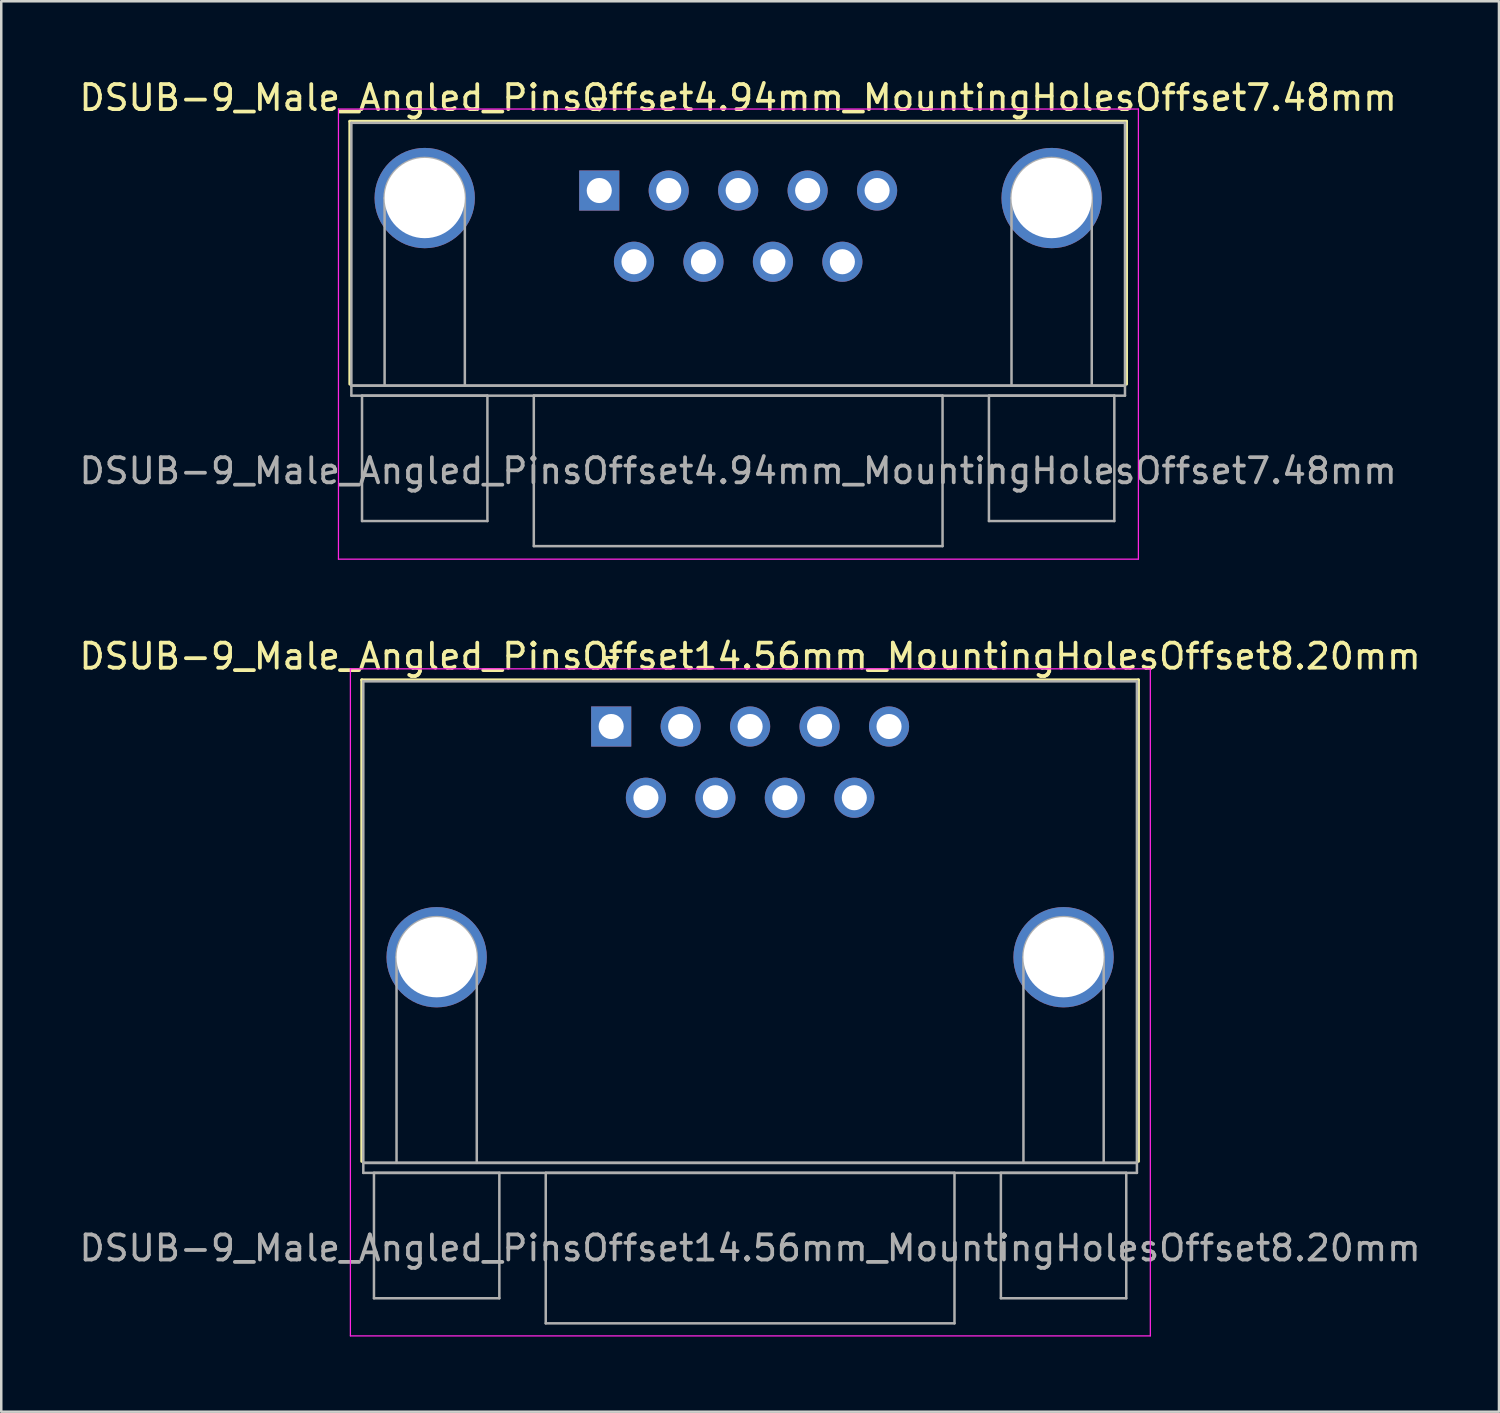
<source format=kicad_pcb>
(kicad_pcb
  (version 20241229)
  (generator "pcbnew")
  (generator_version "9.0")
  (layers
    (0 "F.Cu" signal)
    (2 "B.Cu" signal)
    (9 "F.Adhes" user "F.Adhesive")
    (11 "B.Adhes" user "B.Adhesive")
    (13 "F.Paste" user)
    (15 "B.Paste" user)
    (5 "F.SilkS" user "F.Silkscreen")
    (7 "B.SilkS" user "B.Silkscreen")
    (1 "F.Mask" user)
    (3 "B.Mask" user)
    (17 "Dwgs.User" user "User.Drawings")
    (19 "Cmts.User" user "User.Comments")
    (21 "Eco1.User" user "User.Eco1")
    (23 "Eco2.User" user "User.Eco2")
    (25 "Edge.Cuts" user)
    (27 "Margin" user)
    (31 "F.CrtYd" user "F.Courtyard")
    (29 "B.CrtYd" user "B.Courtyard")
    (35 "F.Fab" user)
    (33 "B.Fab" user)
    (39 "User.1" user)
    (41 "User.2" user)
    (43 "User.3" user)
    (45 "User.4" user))
  (footprint "DSUB-9_Male_Angled_PinsOffset4.94mm_MountingHolesOffset7.48mm"
    (layer "F.Cu")
    (at 20.847 4.548)
    (property "Reference" "DSUB-9_Male_Angled_PinsOffset4.94mm_MountingHolesOffset7.48mm" (at 5.54 -3.7 0) (layer "F.SilkS") (effects (font (size 1 1) (thickness 0.15))))
    (attr through_hole)
    (fp_line (start -9.945 -2.76) (end 21.025 -2.76) (stroke (width 0.12) (type solid)) (layer "F.SilkS"))
    (fp_line (start -9.945 7.72) (end -9.945 -2.76) (stroke (width 0.12) (type solid)) (layer "F.SilkS"))
    (fp_line (start -0.25 -3.654) (end 0.25 -3.654) (stroke (width 0.12) (type solid)) (layer "F.SilkS"))
    (fp_line (start 0 -3.221) (end -0.25 -3.654) (stroke (width 0.12) (type solid)) (layer "F.SilkS"))
    (fp_line (start 0.25 -3.654) (end 0 -3.221) (stroke (width 0.12) (type solid)) (layer "F.SilkS"))
    (fp_line (start 21.025 -2.76) (end 21.025 7.72) (stroke (width 0.12) (type solid)) (layer "F.SilkS"))
    (fp_line (start -10.4 -3.25) (end -10.4 14.7) (stroke (width 0.05) (type solid)) (layer "F.CrtYd"))
    (fp_line (start -10.4 14.7) (end 21.5 14.7) (stroke (width 0.05) (type solid)) (layer "F.CrtYd"))
    (fp_line (start 21.5 -3.25) (end -10.4 -3.25) (stroke (width 0.05) (type solid)) (layer "F.CrtYd"))
    (fp_line (start 21.5 14.7) (end 21.5 -3.25) (stroke (width 0.05) (type solid)) (layer "F.CrtYd"))
    (fp_line (start -9.885 -2.7) (end -9.885 7.78) (stroke (width 0.1) (type solid)) (layer "F.Fab"))
    (fp_line (start -9.885 7.78) (end -9.885 8.18) (stroke (width 0.1) (type solid)) (layer "F.Fab"))
    (fp_line (start -9.885 7.78) (end 20.965 7.78) (stroke (width 0.1) (type solid)) (layer "F.Fab"))
    (fp_line (start -9.885 8.18) (end 20.965 8.18) (stroke (width 0.1) (type solid)) (layer "F.Fab"))
    (fp_line (start -9.46 8.18) (end -9.46 13.18) (stroke (width 0.1) (type solid)) (layer "F.Fab"))
    (fp_line (start -9.46 13.18) (end -4.46 13.18) (stroke (width 0.1) (type solid)) (layer "F.Fab"))
    (fp_line (start -8.56 7.78) (end -8.56 0.3) (stroke (width 0.1) (type solid)) (layer "F.Fab"))
    (fp_line (start -5.36 7.78) (end -5.36 0.3) (stroke (width 0.1) (type solid)) (layer "F.Fab"))
    (fp_line (start -4.46 8.18) (end -9.46 8.18) (stroke (width 0.1) (type solid)) (layer "F.Fab"))
    (fp_line (start -4.46 13.18) (end -4.46 8.18) (stroke (width 0.1) (type solid)) (layer "F.Fab"))
    (fp_line (start -2.61 8.18) (end -2.61 14.18) (stroke (width 0.1) (type solid)) (layer "F.Fab"))
    (fp_line (start -2.61 14.18) (end 13.69 14.18) (stroke (width 0.1) (type solid)) (layer "F.Fab"))
    (fp_line (start 13.69 8.18) (end -2.61 8.18) (stroke (width 0.1) (type solid)) (layer "F.Fab"))
    (fp_line (start 13.69 14.18) (end 13.69 8.18) (stroke (width 0.1) (type solid)) (layer "F.Fab"))
    (fp_line (start 15.54 8.18) (end 15.54 13.18) (stroke (width 0.1) (type solid)) (layer "F.Fab"))
    (fp_line (start 15.54 13.18) (end 20.54 13.18) (stroke (width 0.1) (type solid)) (layer "F.Fab"))
    (fp_line (start 16.44 7.78) (end 16.44 0.3) (stroke (width 0.1) (type solid)) (layer "F.Fab"))
    (fp_line (start 19.64 7.78) (end 19.64 0.3) (stroke (width 0.1) (type solid)) (layer "F.Fab"))
    (fp_line (start 20.54 8.18) (end 15.54 8.18) (stroke (width 0.1) (type solid)) (layer "F.Fab"))
    (fp_line (start 20.54 13.18) (end 20.54 8.18) (stroke (width 0.1) (type solid)) (layer "F.Fab"))
    (fp_line (start 20.965 -2.7) (end -9.885 -2.7) (stroke (width 0.1) (type solid)) (layer "F.Fab"))
    (fp_line (start 20.965 7.78) (end -9.885 7.78) (stroke (width 0.1) (type solid)) (layer "F.Fab"))
    (fp_line (start 20.965 7.78) (end 20.965 -2.7) (stroke (width 0.1) (type solid)) (layer "F.Fab"))
    (fp_line (start 20.965 8.18) (end 20.965 7.78) (stroke (width 0.1) (type solid)) (layer "F.Fab"))
    (fp_arc (start -8.56 0.3) (mid -6.96 -1.3) (end -5.36 0.3) (stroke (width 0.1) (type solid)) (layer "F.Fab"))
    (fp_arc (start 16.44 0.3) (mid 18.04 -1.3) (end 19.64 0.3) (stroke (width 0.1) (type solid)) (layer "F.Fab"))
    (fp_text user "${REFERENCE}" (at 5.54 11.18 0) (layer "F.Fab") (effects (font (size 1 1) (thickness 0.15))))
    (pad "0" thru_hole circle (at -6.96 0.3) (size 4 4) (drill 3.2) (layers "*.Cu" "*.Mask"))
    (pad "0" thru_hole circle (at 18.04 0.3) (size 4 4) (drill 3.2) (layers "*.Cu" "*.Mask"))
    (pad "1" thru_hole rect (at 0 0) (size 1.6 1.6) (drill 1) (layers "*.Cu" "*.Mask"))
    (pad "2" thru_hole circle (at 2.77 0) (size 1.6 1.6) (drill 1) (layers "*.Cu" "*.Mask"))
    (pad "3" thru_hole circle (at 5.54 0) (size 1.6 1.6) (drill 1) (layers "*.Cu" "*.Mask"))
    (pad "4" thru_hole circle (at 8.31 0) (size 1.6 1.6) (drill 1) (layers "*.Cu" "*.Mask"))
    (pad "5" thru_hole circle (at 11.08 0) (size 1.6 1.6) (drill 1) (layers "*.Cu" "*.Mask"))
    (pad "6" thru_hole circle (at 1.385 2.84) (size 1.6 1.6) (drill 1) (layers "*.Cu" "*.Mask"))
    (pad "7" thru_hole circle (at 4.155 2.84) (size 1.6 1.6) (drill 1) (layers "*.Cu" "*.Mask"))
    (pad "8" thru_hole circle (at 6.925 2.84) (size 1.6 1.6) (drill 1) (layers "*.Cu" "*.Mask"))
    (pad "9" thru_hole circle (at 9.695 2.84) (size 1.6 1.6) (drill 1) (layers "*.Cu" "*.Mask")))
  (footprint "DSUB-9_Male_Angled_PinsOffset14.56mm_MountingHolesOffset8.20mm"
    (layer "F.Cu")
    (at 21.323 25.922)
    (property "Reference" "DSUB-9_Male_Angled_PinsOffset14.56mm_MountingHolesOffset8.20mm" (at 5.54 -2.8 0) (layer "F.SilkS") (effects (font (size 1 1) (thickness 0.15))))
    (attr through_hole)
    (fp_line (start -9.945 -1.86) (end 21.025 -1.86) (stroke (width 0.12) (type solid)) (layer "F.SilkS"))
    (fp_line (start -9.945 17.34) (end -9.945 -1.86) (stroke (width 0.12) (type solid)) (layer "F.SilkS"))
    (fp_line (start -0.25 -2.754) (end 0.25 -2.754) (stroke (width 0.12) (type solid)) (layer "F.SilkS"))
    (fp_line (start 0 -2.321) (end -0.25 -2.754) (stroke (width 0.12) (type solid)) (layer "F.SilkS"))
    (fp_line (start 0.25 -2.754) (end 0 -2.321) (stroke (width 0.12) (type solid)) (layer "F.SilkS"))
    (fp_line (start 21.025 -1.86) (end 21.025 17.34) (stroke (width 0.12) (type solid)) (layer "F.SilkS"))
    (fp_line (start -10.4 -2.3) (end -10.4 24.3) (stroke (width 0.05) (type solid)) (layer "F.CrtYd"))
    (fp_line (start -10.4 24.3) (end 21.5 24.3) (stroke (width 0.05) (type solid)) (layer "F.CrtYd"))
    (fp_line (start 21.5 -2.3) (end -10.4 -2.3) (stroke (width 0.05) (type solid)) (layer "F.CrtYd"))
    (fp_line (start 21.5 24.3) (end 21.5 -2.3) (stroke (width 0.05) (type solid)) (layer "F.CrtYd"))
    (fp_line (start -9.885 -1.8) (end -9.885 17.4) (stroke (width 0.1) (type solid)) (layer "F.Fab"))
    (fp_line (start -9.885 17.4) (end -9.885 17.8) (stroke (width 0.1) (type solid)) (layer "F.Fab"))
    (fp_line (start -9.885 17.4) (end 20.965 17.4) (stroke (width 0.1) (type solid)) (layer "F.Fab"))
    (fp_line (start -9.885 17.8) (end 20.965 17.8) (stroke (width 0.1) (type solid)) (layer "F.Fab"))
    (fp_line (start -9.46 17.8) (end -9.46 22.8) (stroke (width 0.1) (type solid)) (layer "F.Fab"))
    (fp_line (start -9.46 22.8) (end -4.46 22.8) (stroke (width 0.1) (type solid)) (layer "F.Fab"))
    (fp_line (start -8.56 17.4) (end -8.56 9.2) (stroke (width 0.1) (type solid)) (layer "F.Fab"))
    (fp_line (start -5.36 17.4) (end -5.36 9.2) (stroke (width 0.1) (type solid)) (layer "F.Fab"))
    (fp_line (start -4.46 17.8) (end -9.46 17.8) (stroke (width 0.1) (type solid)) (layer "F.Fab"))
    (fp_line (start -4.46 22.8) (end -4.46 17.8) (stroke (width 0.1) (type solid)) (layer "F.Fab"))
    (fp_line (start -2.61 17.8) (end -2.61 23.8) (stroke (width 0.1) (type solid)) (layer "F.Fab"))
    (fp_line (start -2.61 23.8) (end 13.69 23.8) (stroke (width 0.1) (type solid)) (layer "F.Fab"))
    (fp_line (start 13.69 17.8) (end -2.61 17.8) (stroke (width 0.1) (type solid)) (layer "F.Fab"))
    (fp_line (start 13.69 23.8) (end 13.69 17.8) (stroke (width 0.1) (type solid)) (layer "F.Fab"))
    (fp_line (start 15.54 17.8) (end 15.54 22.8) (stroke (width 0.1) (type solid)) (layer "F.Fab"))
    (fp_line (start 15.54 22.8) (end 20.54 22.8) (stroke (width 0.1) (type solid)) (layer "F.Fab"))
    (fp_line (start 16.44 17.4) (end 16.44 9.2) (stroke (width 0.1) (type solid)) (layer "F.Fab"))
    (fp_line (start 19.64 17.4) (end 19.64 9.2) (stroke (width 0.1) (type solid)) (layer "F.Fab"))
    (fp_line (start 20.54 17.8) (end 15.54 17.8) (stroke (width 0.1) (type solid)) (layer "F.Fab"))
    (fp_line (start 20.54 22.8) (end 20.54 17.8) (stroke (width 0.1) (type solid)) (layer "F.Fab"))
    (fp_line (start 20.965 -1.8) (end -9.885 -1.8) (stroke (width 0.1) (type solid)) (layer "F.Fab"))
    (fp_line (start 20.965 17.4) (end -9.885 17.4) (stroke (width 0.1) (type solid)) (layer "F.Fab"))
    (fp_line (start 20.965 17.4) (end 20.965 -1.8) (stroke (width 0.1) (type solid)) (layer "F.Fab"))
    (fp_line (start 20.965 17.8) (end 20.965 17.4) (stroke (width 0.1) (type solid)) (layer "F.Fab"))
    (fp_arc (start -8.56 9.2) (mid -6.96 7.6) (end -5.36 9.2) (stroke (width 0.1) (type solid)) (layer "F.Fab"))
    (fp_arc (start 16.44 9.2) (mid 18.04 7.6) (end 19.64 9.2) (stroke (width 0.1) (type solid)) (layer "F.Fab"))
    (fp_text user "${REFERENCE}" (at 5.54 20.8 0) (layer "F.Fab") (effects (font (size 1 1) (thickness 0.15))))
    (pad "0" thru_hole circle (at -6.96 9.2) (size 4 4) (drill 3.2) (layers "*.Cu" "*.Mask"))
    (pad "0" thru_hole circle (at 18.04 9.2) (size 4 4) (drill 3.2) (layers "*.Cu" "*.Mask"))
    (pad "1" thru_hole rect (at 0 0) (size 1.6 1.6) (drill 1) (layers "*.Cu" "*.Mask"))
    (pad "2" thru_hole circle (at 2.77 0) (size 1.6 1.6) (drill 1) (layers "*.Cu" "*.Mask"))
    (pad "3" thru_hole circle (at 5.54 0) (size 1.6 1.6) (drill 1) (layers "*.Cu" "*.Mask"))
    (pad "4" thru_hole circle (at 8.31 0) (size 1.6 1.6) (drill 1) (layers "*.Cu" "*.Mask"))
    (pad "5" thru_hole circle (at 11.08 0) (size 1.6 1.6) (drill 1) (layers "*.Cu" "*.Mask"))
    (pad "6" thru_hole circle (at 1.385 2.84) (size 1.6 1.6) (drill 1) (layers "*.Cu" "*.Mask"))
    (pad "7" thru_hole circle (at 4.155 2.84) (size 1.6 1.6) (drill 1) (layers "*.Cu" "*.Mask"))
    (pad "8" thru_hole circle (at 6.925 2.84) (size 1.6 1.6) (drill 1) (layers "*.Cu" "*.Mask"))
    (pad "9" thru_hole circle (at 9.695 2.84) (size 1.6 1.6) (drill 1) (layers "*.Cu" "*.Mask")))
  (gr_rect
    (start -3 -3)
    (end 56.726 53.246)
    (stroke (width 0.1) (type default))
    (fill no)
    (layer "Edge.Cuts")))
</source>
